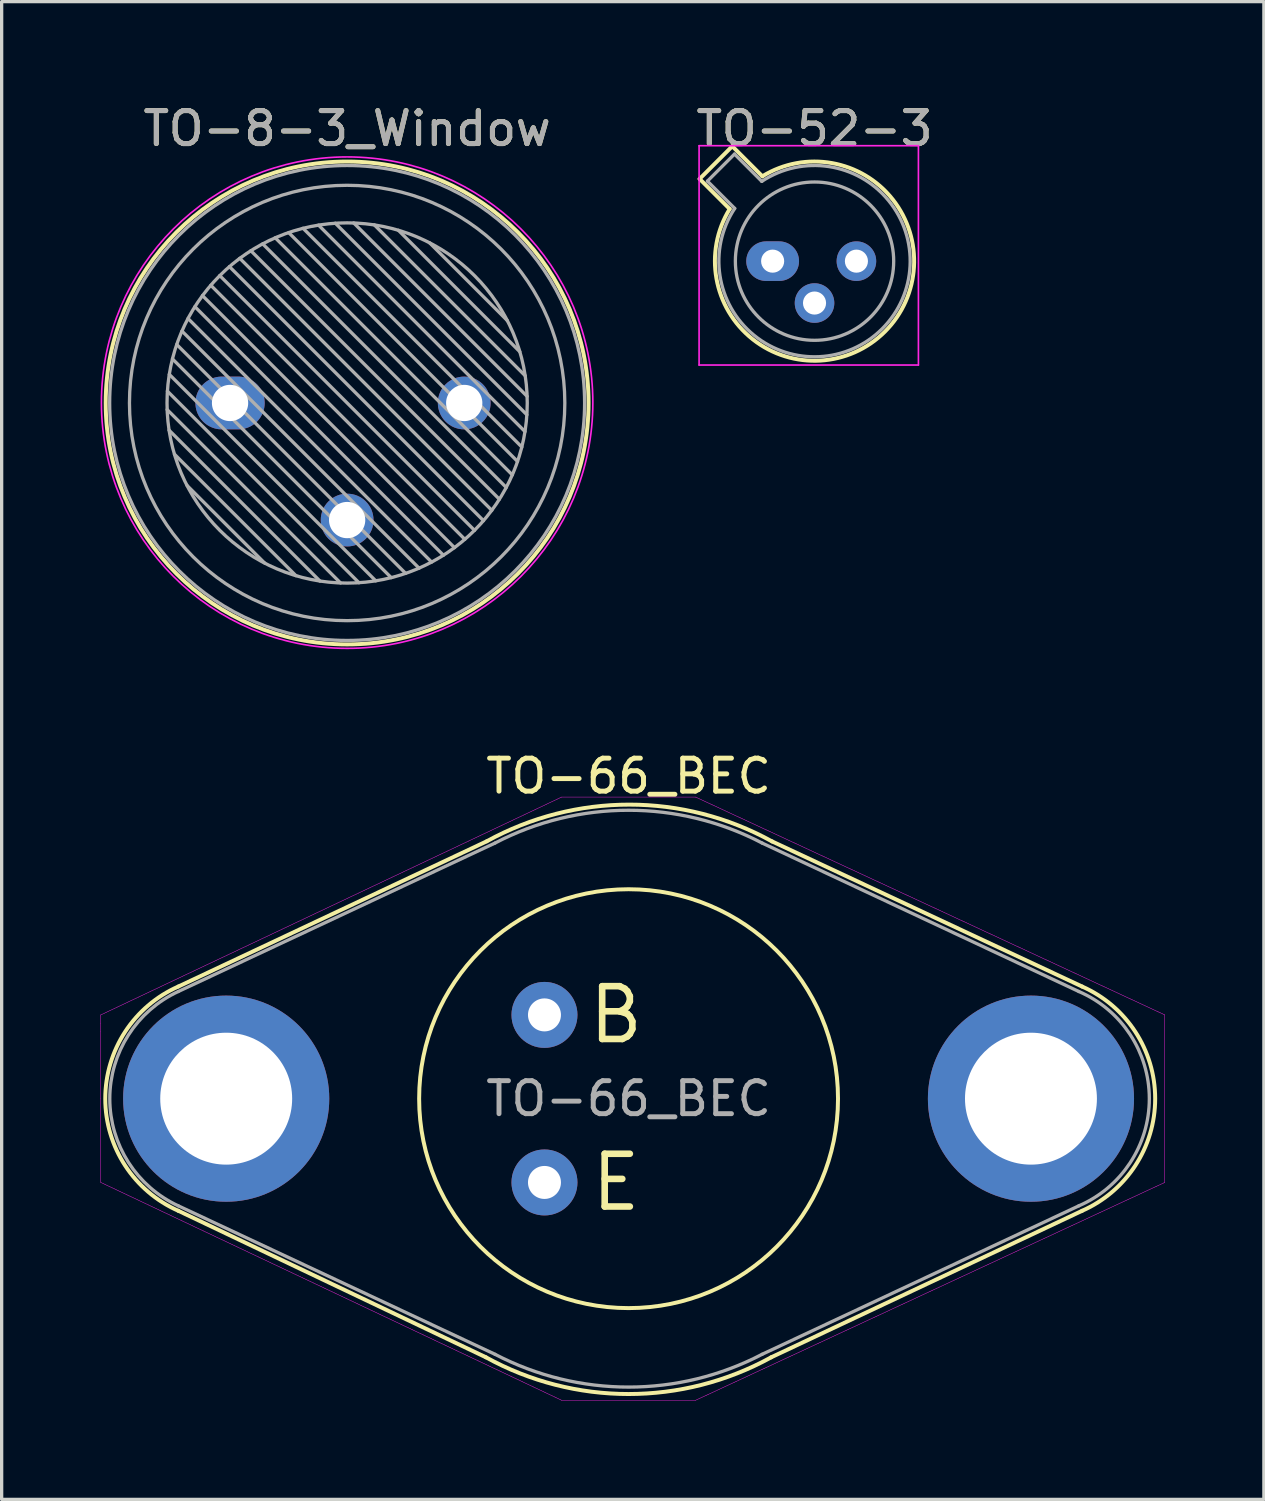
<source format=kicad_pcb>
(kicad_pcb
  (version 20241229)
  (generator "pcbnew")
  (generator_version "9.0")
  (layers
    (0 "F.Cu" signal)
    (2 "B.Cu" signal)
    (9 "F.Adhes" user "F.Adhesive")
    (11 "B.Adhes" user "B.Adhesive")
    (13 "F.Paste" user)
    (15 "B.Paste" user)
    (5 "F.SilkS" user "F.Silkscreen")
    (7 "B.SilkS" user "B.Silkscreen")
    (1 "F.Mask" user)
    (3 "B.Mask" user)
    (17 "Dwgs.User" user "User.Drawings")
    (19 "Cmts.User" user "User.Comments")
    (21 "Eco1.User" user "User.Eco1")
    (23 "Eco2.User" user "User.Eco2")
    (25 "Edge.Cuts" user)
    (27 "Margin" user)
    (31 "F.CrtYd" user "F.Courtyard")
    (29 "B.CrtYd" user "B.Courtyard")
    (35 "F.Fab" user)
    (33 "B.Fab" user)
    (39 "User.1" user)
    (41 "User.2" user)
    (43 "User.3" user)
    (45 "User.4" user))
  (footprint "TO-52-3"
    (layer "F.Cu")
    (at 20.376 4.868)
    (property "Reference" "TO-52-3" (at 1.27 -4.02 0) (layer "F.SilkS") (effects (font (size 1 1) (thickness 0.15))))
    (attr through_hole)
    (fp_line (start -2.214 -2.494) (end -1.302 -1.582) (stroke (width 0.12) (type solid)) (layer "F.SilkS"))
    (fp_line (start -1.224 -3.484) (end -2.214 -2.494) (stroke (width 0.12) (type solid)) (layer "F.SilkS"))
    (fp_line (start -0.312 -2.572) (end -1.224 -3.484) (stroke (width 0.12) (type solid)) (layer "F.SilkS"))
    (fp_arc (start -0.312331 -2.572281) (mid 3.405374 2.135551) (end -1.30215 -1.582544) (stroke (width 0.12) (type solid)) (layer "F.SilkS"))
    (fp_line (start -2.23 -3.5) (end -2.23 3.15) (stroke (width 0.05) (type solid)) (layer "F.CrtYd"))
    (fp_line (start -2.23 3.15) (end 4.42 3.15) (stroke (width 0.05) (type solid)) (layer "F.CrtYd"))
    (fp_line (start 4.42 -3.5) (end -2.23 -3.5) (stroke (width 0.05) (type solid)) (layer "F.CrtYd"))
    (fp_line (start 4.42 3.15) (end 4.42 -3.5) (stroke (width 0.05) (type solid)) (layer "F.CrtYd"))
    (fp_line (start -1.977 -2.426) (end -1.149 -1.599) (stroke (width 0.1) (type solid)) (layer "F.Fab"))
    (fp_line (start -1.156 -3.247) (end -1.977 -2.426) (stroke (width 0.1) (type solid)) (layer "F.Fab"))
    (fp_line (start -0.329 -2.419) (end -1.156 -3.247) (stroke (width 0.1) (type solid)) (layer "F.Fab"))
    (fp_arc (start -0.329057 -2.419301) (mid 3.321076 2.050143) (end -1.150029 -1.597956) (stroke (width 0.1) (type solid)) (layer "F.Fab"))
    (fp_circle (center 1.27 0) (end 3.67 0) (stroke (width 0.1) (type solid)) (fill no) (layer "F.Fab"))
    (fp_text user "${REFERENCE}" (at 1.27 -4.02 0) (layer "F.Fab") (effects (font (size 1 1) (thickness 0.15))))
    (pad "1" thru_hole oval (at 0 0) (size 1.6 1.2) (drill 0.7) (layers "*.Cu" "*.Mask"))
    (pad "2" thru_hole oval (at 1.27 1.27) (size 1.2 1.2) (drill 0.7) (layers "*.Cu" "*.Mask"))
    (pad "3" thru_hole oval (at 2.54 0) (size 1.2 1.2) (drill 0.7) (layers "*.Cu" "*.Mask")))
  (footprint "TO-8-3_Window"
    (layer "F.Cu")
    (at 3.925 9.168)
    (property "Reference" "TO-8-3_Window" (at 3.55 -8.32 0) (layer "F.SilkS") (effects (font (size 1 1) (thickness 0.15))))
    (attr through_hole)
    (fp_circle (center 3.55 0) (end 10.87 0) (stroke (width 0.12) (type solid)) (fill no) (layer "F.SilkS"))
    (fp_circle (center 3.55 -0.01) (end 11 -0.01) (stroke (width 0.05) (type solid)) (fill no) (layer "F.CrtYd"))
    (fp_line (start -1.908 0.2) (end 3.35 5.458) (stroke (width 0.1) (type solid)) (layer "F.Fab"))
    (fp_line (start -1.9 -0.359) (end 3.909 5.45) (stroke (width 0.1) (type solid)) (layer "F.Fab"))
    (fp_line (start -1.849 0.825) (end 2.725 5.399) (stroke (width 0.1) (type solid)) (layer "F.Fab"))
    (fp_line (start -1.842 -0.867) (end 4.417 5.392) (stroke (width 0.1) (type solid)) (layer "F.Fab"))
    (fp_line (start -1.746 -1.336) (end 4.886 5.296) (stroke (width 0.1) (type solid)) (layer "F.Fab"))
    (fp_line (start -1.686 1.553) (end 1.997 5.236) (stroke (width 0.1) (type solid)) (layer "F.Fab"))
    (fp_line (start -1.616 -1.772) (end 5.322 5.166) (stroke (width 0.1) (type solid)) (layer "F.Fab"))
    (fp_line (start -1.458 -2.18) (end 5.73 5.008) (stroke (width 0.1) (type solid)) (layer "F.Fab"))
    (fp_line (start -1.307 2.498) (end 1.052 4.857) (stroke (width 0.1) (type solid)) (layer "F.Fab"))
    (fp_line (start -1.274 -2.561) (end 6.111 4.824) (stroke (width 0.1) (type solid)) (layer "F.Fab"))
    (fp_line (start -1.066 -2.919) (end 6.469 4.616) (stroke (width 0.1) (type solid)) (layer "F.Fab"))
    (fp_line (start -0.836 -3.255) (end 6.805 4.386) (stroke (width 0.1) (type solid)) (layer "F.Fab"))
    (fp_line (start -0.584 -3.569) (end 7.119 4.134) (stroke (width 0.1) (type solid)) (layer "F.Fab"))
    (fp_line (start -0.312 -3.862) (end 7.412 3.862) (stroke (width 0.1) (type solid)) (layer "F.Fab"))
    (fp_line (start -0.019 -4.134) (end 7.684 3.569) (stroke (width 0.1) (type solid)) (layer "F.Fab"))
    (fp_line (start 0.295 -4.386) (end 7.936 3.255) (stroke (width 0.1) (type solid)) (layer "F.Fab"))
    (fp_line (start 0.631 -4.616) (end 8.166 2.919) (stroke (width 0.1) (type solid)) (layer "F.Fab"))
    (fp_line (start 0.989 -4.824) (end 8.374 2.561) (stroke (width 0.1) (type solid)) (layer "F.Fab"))
    (fp_line (start 1.37 -5.008) (end 8.558 2.18) (stroke (width 0.1) (type solid)) (layer "F.Fab"))
    (fp_line (start 1.778 -5.166) (end 8.716 1.772) (stroke (width 0.1) (type solid)) (layer "F.Fab"))
    (fp_line (start 2.214 -5.296) (end 8.846 1.336) (stroke (width 0.1) (type solid)) (layer "F.Fab"))
    (fp_line (start 2.683 -5.392) (end 8.942 0.867) (stroke (width 0.1) (type solid)) (layer "F.Fab"))
    (fp_line (start 3.191 -5.45) (end 9 0.359) (stroke (width 0.1) (type solid)) (layer "F.Fab"))
    (fp_line (start 3.75 -5.458) (end 9.008 -0.2) (stroke (width 0.1) (type solid)) (layer "F.Fab"))
    (fp_line (start 4.375 -5.399) (end 8.949 -0.825) (stroke (width 0.1) (type solid)) (layer "F.Fab"))
    (fp_line (start 5.103 -5.236) (end 8.786 -1.553) (stroke (width 0.1) (type solid)) (layer "F.Fab"))
    (fp_line (start 6.048 -4.857) (end 8.407 -2.498) (stroke (width 0.1) (type solid)) (layer "F.Fab"))
    (fp_circle (center 3.55 0) (end 9.011 0) (stroke (width 0.1) (type solid)) (fill no) (layer "F.Fab"))
    (fp_circle (center 3.55 0) (end 10.15 0) (stroke (width 0.1) (type solid)) (fill no) (layer "F.Fab"))
    (fp_circle (center 3.55 0) (end 10.75 0) (stroke (width 0.1) (type solid)) (fill no) (layer "F.Fab"))
    (fp_text user "${REFERENCE}" (at 3.55 -8.32 0) (layer "F.Fab") (effects (font (size 1 1) (thickness 0.15))))
    (pad "1" thru_hole oval (at 0 0) (size 2.1 1.6) (drill 1.1) (layers "*.Cu" "*.Mask"))
    (pad "2" thru_hole oval (at 3.55 3.55) (size 1.6 1.6) (drill 1.1) (layers "*.Cu" "*.Mask"))
    (pad "3" thru_hole oval (at 7.1 0) (size 1.6 1.6) (drill 1.1) (layers "*.Cu" "*.Mask")))
  (footprint "TO-66_BEC"
    (layer "F.Cu")
    (at 16.008 30.261)
    (property "Reference" "TO-66_BEC" (at 0 -9.779 0) (unlocked yes) (layer "F.SilkS") (effects (font (size 1 1) (thickness 0.15))))
    (fp_line (start -13.65 3.4) (end -4.328 7.84) (stroke (width 0.12) (type solid)) (layer "F.SilkS"))
    (fp_line (start -4.301 -7.803) (end -13.65 -3.4) (stroke (width 0.12) (type solid)) (layer "F.SilkS"))
    (fp_line (start 4.323 7.842) (end 13.75 3.4) (stroke (width 0.12) (type solid)) (layer "F.SilkS"))
    (fp_line (start 13.75 -3.4) (end 4.35 -7.8) (stroke (width 0.12) (type solid)) (layer "F.SilkS"))
    (fp_arc (start -13.65 3.4) (mid -15.866172 0) (end -13.65 -3.4) (stroke (width 0.12) (type solid)) (layer "F.SilkS"))
    (fp_arc (start -4.301422 -7.802581) (mid 0.024621 -8.915334) (end 4.35 -7.8) (stroke (width 0.12) (type solid)) (layer "F.SilkS"))
    (fp_arc (start 4.323372 7.842406) (mid -0.002671 8.955159) (end -4.32805 7.839825) (stroke (width 0.12) (type solid)) (layer "F.SilkS"))
    (fp_arc (start 13.750015 -3.4) (mid 15.966187 0) (end 13.750015 3.4) (stroke (width 0.12) (type solid)) (layer "F.SilkS"))
    (fp_circle (center 0 0) (end 6.35 0) (stroke (width 0.12) (type solid)) (fill no) (layer "F.SilkS"))
    (fp_line (start -16.002 -2.54) (end -2.032 -9.144) (stroke (width 0.013) (type solid)) (layer "F.CrtYd"))
    (fp_line (start -16.002 -2.286) (end -16.002 -2.54) (stroke (width 0.013) (type solid)) (layer "F.CrtYd"))
    (fp_line (start -16.002 -2.032) (end -16.002 -2.286) (stroke (width 0.013) (type solid)) (layer "F.CrtYd"))
    (fp_line (start -16.002 0) (end -16.002 -2.032) (stroke (width 0.013) (type solid)) (layer "F.CrtYd"))
    (fp_line (start -16.002 2.54) (end -16.002 0) (stroke (width 0.013) (type solid)) (layer "F.CrtYd"))
    (fp_line (start -2.032 -9.144) (end 2.032 -9.144) (stroke (width 0.013) (type solid)) (layer "F.CrtYd"))
    (fp_line (start -2.032 9.144) (end -16.002 2.54) (stroke (width 0.013) (type solid)) (layer "F.CrtYd"))
    (fp_line (start 2.032 -9.144) (end 16.256 -2.54) (stroke (width 0.013) (type solid)) (layer "F.CrtYd"))
    (fp_line (start 2.032 9.144) (end -2.032 9.144) (stroke (width 0.013) (type solid)) (layer "F.CrtYd"))
    (fp_line (start 16.256 -2.54) (end 16.256 2.54) (stroke (width 0.013) (type solid)) (layer "F.CrtYd"))
    (fp_line (start 16.256 2.54) (end 2.032 9.144) (stroke (width 0.013) (type solid)) (layer "F.CrtYd"))
    (fp_line (start -13.65 -3.25) (end -4.05 -7.75) (stroke (width 0.1) (type solid)) (layer "F.Fab"))
    (fp_line (start -13.65 3.25) (end -4.05 7.75) (stroke (width 0.1) (type solid)) (layer "F.Fab"))
    (fp_line (start 13.65 -3.25) (end 4.05 -7.75) (stroke (width 0.1) (type solid)) (layer "F.Fab"))
    (fp_line (start 13.65 3.25) (end 4.05 7.75) (stroke (width 0.1) (type solid)) (layer "F.Fab"))
    (fp_arc (start -13.65 3.25) (mid -15.729455 0) (end -13.65 -3.25) (stroke (width 0.1) (type solid)) (layer "F.Fab"))
    (fp_arc (start -4.05 -7.749999) (mid 0 -8.744426) (end 4.049999 -7.749999) (stroke (width 0.1) (type solid)) (layer "F.Fab"))
    (fp_arc (start 4.05 7.749999) (mid 0 8.744426) (end -4.049999 7.749999) (stroke (width 0.1) (type solid)) (layer "F.Fab"))
    (fp_arc (start 13.65 -3.25) (mid 15.788714 0) (end 13.65 3.25) (stroke (width 0.1) (type solid)) (layer "F.Fab"))
    (fp_text user "E" (at -0.381 2.54 0) (unlocked yes) (layer "F.SilkS") (effects (font (size 1.6 1.6) (thickness 0.2))))
    (fp_text user "B" (at -0.381 -2.54 0) (unlocked yes) (layer "F.SilkS") (effects (font (size 1.6 1.6) (thickness 0.2))))
    (fp_text user "${REFERENCE}" (at 0 0 0) (layer "F.Fab") (effects (font (size 1 1) (thickness 0.15))))
    (pad "1" thru_hole circle (at -2.55 -2.54) (size 2 2) (drill 1) (layers "*.Cu" "*.Mask"))
    (pad "2" thru_hole circle (at -2.55 2.54) (size 2 2) (drill 1) (layers "*.Cu" "*.Mask"))
    (pad "3" thru_hole circle (at -12.2 0) (size 6.25 6.25) (drill 4) (layers "*.Cu" "*.Mask"))
    (pad "3" thru_hole circle (at 12.2 0) (size 6.25 6.25) (drill 4) (layers "*.Cu" "*.Mask")))
  (gr_rect
    (start -3 -3)
    (end 35.27 42.411)
    (stroke (width 0.1) (type default))
    (fill no)
    (layer "Edge.Cuts")))
</source>
